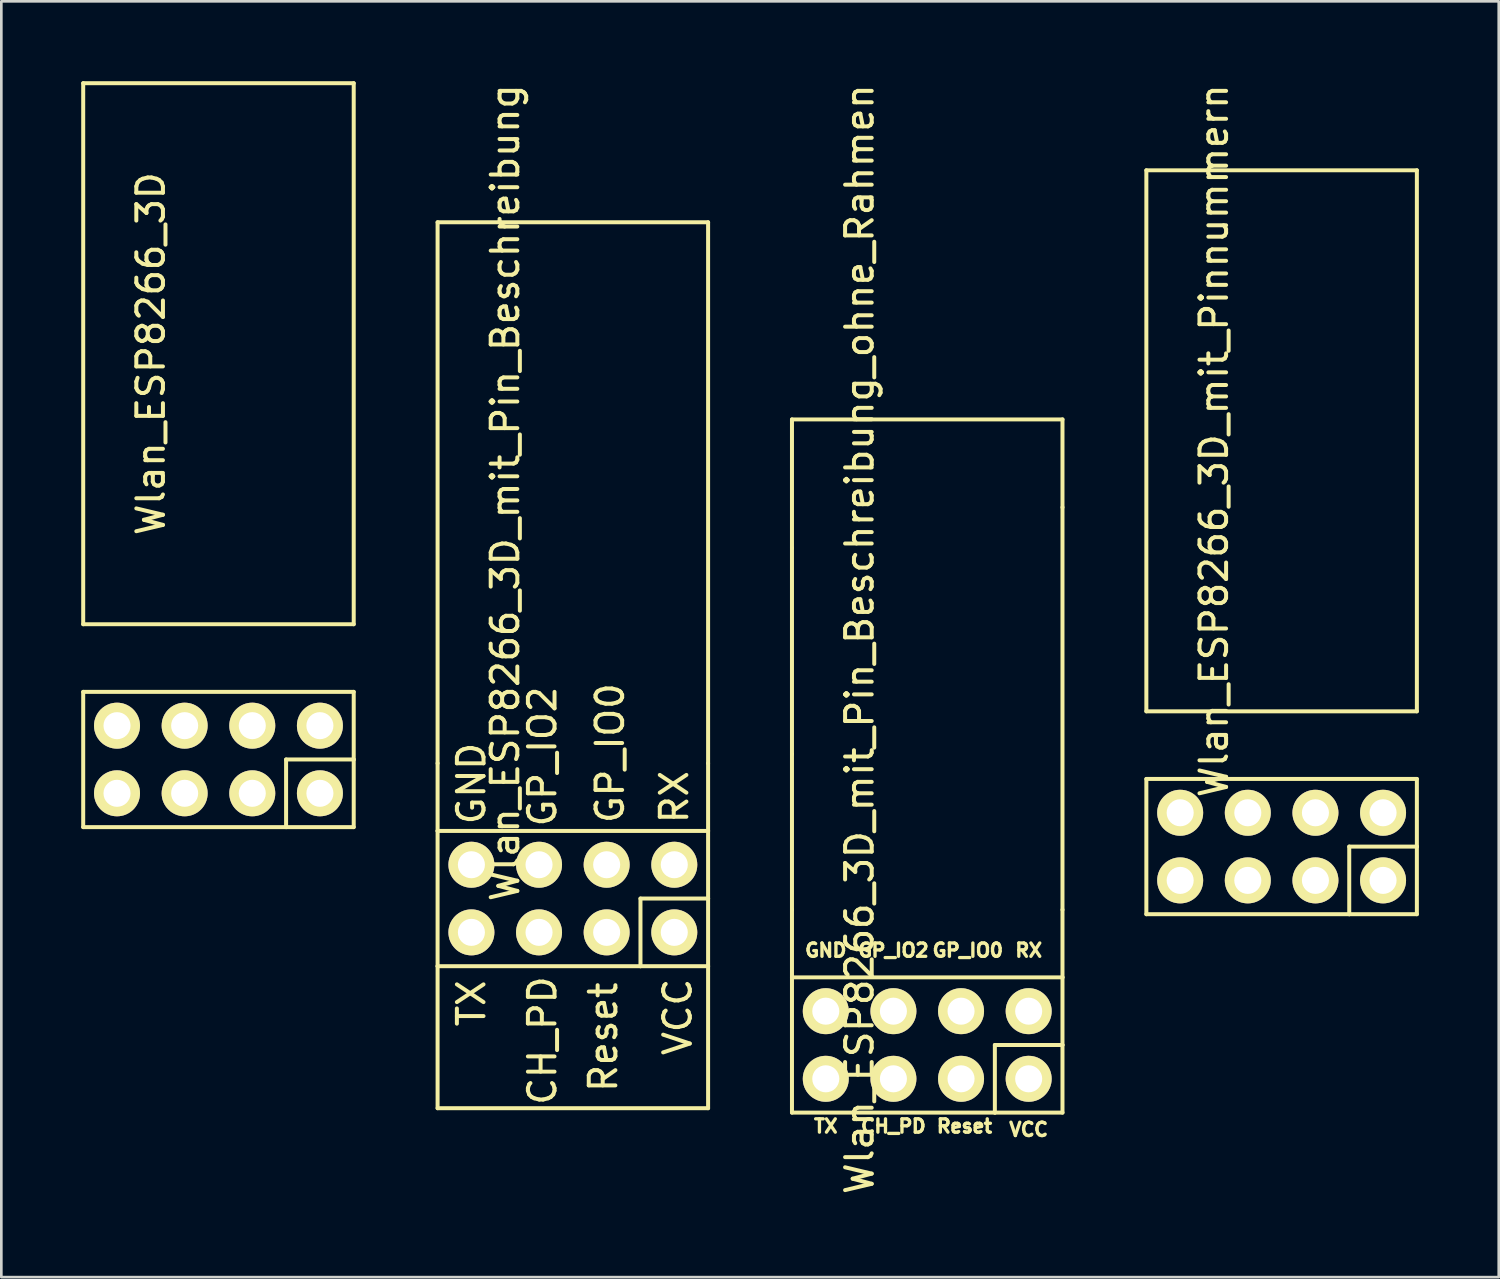
<source format=kicad_pcb>
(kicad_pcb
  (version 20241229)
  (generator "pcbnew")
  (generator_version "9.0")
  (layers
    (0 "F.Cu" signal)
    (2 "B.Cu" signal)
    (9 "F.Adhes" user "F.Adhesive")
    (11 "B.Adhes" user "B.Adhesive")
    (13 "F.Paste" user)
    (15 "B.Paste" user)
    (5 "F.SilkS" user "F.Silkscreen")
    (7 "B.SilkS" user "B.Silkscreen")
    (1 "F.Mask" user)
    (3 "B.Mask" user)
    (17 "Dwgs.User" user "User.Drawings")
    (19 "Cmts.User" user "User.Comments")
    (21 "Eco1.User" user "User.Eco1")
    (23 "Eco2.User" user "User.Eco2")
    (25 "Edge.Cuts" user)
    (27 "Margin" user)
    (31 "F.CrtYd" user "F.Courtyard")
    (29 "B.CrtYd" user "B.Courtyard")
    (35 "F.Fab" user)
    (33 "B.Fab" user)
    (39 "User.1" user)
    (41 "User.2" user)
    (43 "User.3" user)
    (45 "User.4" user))
  (footprint "Wlan_ESP8266_3D_mit_Pin_Beschreibung_ohne_Rahmen"
    (layer "F.Cu")
    (at 31.775 36.198)
    (property "Reference" "Wlan_ESP8266_3D_mit_Pin_Beschreibung_ohne_Rahmen" (at -2.54 -15.24 90) (layer "F.SilkS") (effects (font (size 1 1) (thickness 0.15))))
    (attr through_hole)
    (fp_line (start -5.08 -23.495) (end 5.08 -23.495) (stroke (width 0.15) (type solid)) (layer "F.SilkS"))
    (fp_line (start -5.08 -18.669) (end -5.08 -23.495) (stroke (width 0.15) (type solid)) (layer "F.SilkS"))
    (fp_line (start -5.08 -10.922) (end -5.08 -18.669) (stroke (width 0.15) (type solid)) (layer "F.SilkS"))
    (fp_line (start -5.08 -5.08) (end -5.08 -10.922) (stroke (width 0.15) (type solid)) (layer "F.SilkS"))
    (fp_line (start -5.08 -5.08) (end -5.08 -2.54) (stroke (width 0.15) (type solid)) (layer "F.SilkS"))
    (fp_line (start -5.08 -2.54) (end 5.08 -2.54) (stroke (width 0.15) (type solid)) (layer "F.SilkS"))
    (fp_line (start -5.08 2.54) (end -5.08 -2.54) (stroke (width 0.15) (type solid)) (layer "F.SilkS"))
    (fp_line (start 2.54 0) (end 2.54 2.54) (stroke (width 0.15) (type solid)) (layer "F.SilkS"))
    (fp_line (start 2.54 2.54) (end -5.08 2.54) (stroke (width 0.15) (type solid)) (layer "F.SilkS"))
    (fp_line (start 5.08 -20.193) (end 5.08 -23.495) (stroke (width 0.15) (type solid)) (layer "F.SilkS"))
    (fp_line (start 5.08 -5.08) (end 5.08 -20.193) (stroke (width 0.15) (type solid)) (layer "F.SilkS"))
    (fp_line (start 5.08 -5.08) (end 5.08 -2.54) (stroke (width 0.15) (type solid)) (layer "F.SilkS"))
    (fp_line (start 5.08 -2.54) (end 5.08 0) (stroke (width 0.15) (type solid)) (layer "F.SilkS"))
    (fp_line (start 5.08 0) (end 2.54 0) (stroke (width 0.15) (type solid)) (layer "F.SilkS"))
    (fp_line (start 5.08 2.54) (end 2.54 2.54) (stroke (width 0.15) (type solid)) (layer "F.SilkS"))
    (fp_line (start 5.08 2.54) (end 5.08 0) (stroke (width 0.15) (type solid)) (layer "F.SilkS"))
    (fp_text user "GP_IO2" (at -1.27 -3.556 180) (layer "F.SilkS") (effects (font (size 0.5 0.5) (thickness 0.125))))
    (fp_text user "Reset" (at 1.397 3.048 180) (layer "F.SilkS") (effects (font (size 0.5 0.5) (thickness 0.125))))
    (fp_text user "GND" (at -3.81 -3.556 180) (layer "F.SilkS") (effects (font (size 0.5 0.5) (thickness 0.125))))
    (fp_text user "VCC" (at 3.81 3.175 180) (layer "F.SilkS") (effects (font (size 0.5 0.5) (thickness 0.125))))
    (fp_text user "CH_PD" (at -1.27 3.048 180) (layer "F.SilkS") (effects (font (size 0.5 0.5) (thickness 0.125))))
    (fp_text user "RX" (at 3.81 -3.556 180) (layer "F.SilkS") (effects (font (size 0.5 0.5) (thickness 0.125))))
    (fp_text user "GP_IO0" (at 1.524 -3.556 180) (layer "F.SilkS") (effects (font (size 0.5 0.5) (thickness 0.125))))
    (fp_text user "TX" (at -3.81 3.048 180) (layer "F.SilkS") (effects (font (size 0.5 0.5) (thickness 0.125))))
    (pad "CH_P" thru_hole oval (at -1.27 1.27 180) (size 1.727 1.727) (drill 1.016) (layers "*.Cu" "*.Mask" "F.SilkS"))
    (pad "GND" thru_hole oval (at -3.81 -1.27 180) (size 1.727 1.727) (drill 1.016) (layers "*.Cu" "*.Mask" "F.SilkS"))
    (pad "GP_0" thru_hole oval (at 1.27 -1.27 180) (size 1.727 1.727) (drill 1.016) (layers "*.Cu" "*.Mask" "F.SilkS"))
    (pad "GP_2" thru_hole oval (at -1.27 -1.27 180) (size 1.727 1.727) (drill 1.016) (layers "*.Cu" "*.Mask" "F.SilkS"))
    (pad "RX" thru_hole oval (at 3.81 -1.27 180) (size 1.727 1.727) (drill 1.016) (layers "*.Cu" "*.Mask" "F.SilkS"))
    (pad "Rese" thru_hole oval (at 1.27 1.27 180) (size 1.727 1.727) (drill 1.016) (layers "*.Cu" "*.Mask" "F.SilkS"))
    (pad "TX" thru_hole oval (at -3.81 1.27 180) (size 1.727 1.727) (drill 1.016) (layers "*.Cu" "*.Mask" "F.SilkS"))
    (pad "VCC" thru_hole circle (at 3.81 1.27 180) (size 1.727 1.727) (drill 1.016) (layers "*.Cu" "*.Mask" "F.SilkS")))
  (footprint "Wlan_ESP8266_3D_mit_Pin_Beschreibung"
    (layer "F.Cu")
    (at 18.465 30.698)
    (property "Reference" "Wlan_ESP8266_3D_mit_Pin_Beschreibung" (at -2.54 -15.24 90) (layer "F.SilkS") (effects (font (size 1 1) (thickness 0.15))))
    (attr through_hole)
    (fp_line (start -5.08 -25.4) (end 5.08 -25.4) (stroke (width 0.15) (type solid)) (layer "F.SilkS"))
    (fp_line (start -5.08 -5.08) (end -5.08 -25.4) (stroke (width 0.15) (type solid)) (layer "F.SilkS"))
    (fp_line (start -5.08 -5.08) (end -5.08 -2.54) (stroke (width 0.15) (type solid)) (layer "F.SilkS"))
    (fp_line (start -5.08 -2.54) (end 5.08 -2.54) (stroke (width 0.15) (type solid)) (layer "F.SilkS"))
    (fp_line (start -5.08 2.54) (end -5.08 -2.54) (stroke (width 0.15) (type solid)) (layer "F.SilkS"))
    (fp_line (start -5.08 2.54) (end -5.08 7.874) (stroke (width 0.15) (type solid)) (layer "F.SilkS"))
    (fp_line (start -5.08 7.874) (end 5.08 7.874) (stroke (width 0.15) (type solid)) (layer "F.SilkS"))
    (fp_line (start 2.54 0) (end 2.54 2.54) (stroke (width 0.15) (type solid)) (layer "F.SilkS"))
    (fp_line (start 2.54 2.54) (end -5.08 2.54) (stroke (width 0.15) (type solid)) (layer "F.SilkS"))
    (fp_line (start 5.08 -25.4) (end 5.08 -5.08) (stroke (width 0.15) (type solid)) (layer "F.SilkS"))
    (fp_line (start 5.08 -5.08) (end 5.08 -2.54) (stroke (width 0.15) (type solid)) (layer "F.SilkS"))
    (fp_line (start 5.08 -2.54) (end 5.08 0) (stroke (width 0.15) (type solid)) (layer "F.SilkS"))
    (fp_line (start 5.08 0) (end 2.54 0) (stroke (width 0.15) (type solid)) (layer "F.SilkS"))
    (fp_line (start 5.08 2.54) (end 2.54 2.54) (stroke (width 0.15) (type solid)) (layer "F.SilkS"))
    (fp_line (start 5.08 2.54) (end 5.08 0) (stroke (width 0.15) (type solid)) (layer "F.SilkS"))
    (fp_line (start 5.08 7.874) (end 5.08 2.54) (stroke (width 0.15) (type solid)) (layer "F.SilkS"))
    (fp_text user "CH_PD" (at -1.143 5.334 90) (layer "F.SilkS") (effects (font (size 1 1) (thickness 0.15))))
    (fp_text user "GND" (at -3.81 -4.318 90) (layer "F.SilkS") (effects (font (size 1 1) (thickness 0.15))))
    (fp_text user "VCC" (at 3.937 4.445 90) (layer "F.SilkS") (effects (font (size 1 1) (thickness 0.15))))
    (fp_text user "RX" (at 3.81 -3.81 90) (layer "F.SilkS") (effects (font (size 1 1) (thickness 0.15))))
    (fp_text user "GP_IO2" (at -1.143 -5.334 90) (layer "F.SilkS") (effects (font (size 1 1) (thickness 0.15))))
    (fp_text user "Reset" (at 1.143 5.207 90) (layer "F.SilkS") (effects (font (size 1 1) (thickness 0.15))))
    (fp_text user "TX" (at -3.81 3.937 270) (layer "F.SilkS") (effects (font (size 1 1) (thickness 0.15))))
    (fp_text user "GP_IO0" (at 1.397 -5.461 90) (layer "F.SilkS") (effects (font (size 1 1) (thickness 0.15))))
    (pad "CH_P" thru_hole oval (at -1.27 1.27 180) (size 1.727 1.727) (drill 1.016) (layers "*.Cu" "*.Mask" "F.SilkS"))
    (pad "GND" thru_hole oval (at -3.81 -1.27 180) (size 1.727 1.727) (drill 1.016) (layers "*.Cu" "*.Mask" "F.SilkS"))
    (pad "GP_0" thru_hole oval (at 1.27 -1.27 180) (size 1.727 1.727) (drill 1.016) (layers "*.Cu" "*.Mask" "F.SilkS"))
    (pad "GP_2" thru_hole oval (at -1.27 -1.27 180) (size 1.727 1.727) (drill 1.016) (layers "*.Cu" "*.Mask" "F.SilkS"))
    (pad "RX" thru_hole oval (at 3.81 -1.27 180) (size 1.727 1.727) (drill 1.016) (layers "*.Cu" "*.Mask" "F.SilkS"))
    (pad "Rese" thru_hole oval (at 1.27 1.27 180) (size 1.727 1.727) (drill 1.016) (layers "*.Cu" "*.Mask" "F.SilkS"))
    (pad "TX" thru_hole oval (at -3.81 1.27 180) (size 1.727 1.727) (drill 1.016) (layers "*.Cu" "*.Mask" "F.SilkS"))
    (pad "VCC" thru_hole circle (at 3.81 1.27 180) (size 1.727 1.727) (drill 1.016) (layers "*.Cu" "*.Mask" "F.SilkS")))
  (footprint "Wlan_ESP8266_3D_mit_Pinnummern"
    (layer "F.Cu")
    (at 45.085 28.746)
    (property "Reference" "Wlan_ESP8266_3D_mit_Pinnummern" (at -2.54 -15.24 90) (layer "F.SilkS") (effects (font (size 1 1) (thickness 0.15))))
    (attr through_hole)
    (fp_line (start -5.08 -25.4) (end 5.08 -25.4) (stroke (width 0.15) (type solid)) (layer "F.SilkS"))
    (fp_line (start -5.08 -5.08) (end -5.08 -25.4) (stroke (width 0.15) (type solid)) (layer "F.SilkS"))
    (fp_line (start -5.08 -2.54) (end 5.08 -2.54) (stroke (width 0.15) (type solid)) (layer "F.SilkS"))
    (fp_line (start -5.08 2.54) (end -5.08 -2.54) (stroke (width 0.15) (type solid)) (layer "F.SilkS"))
    (fp_line (start 2.54 0) (end 2.54 2.54) (stroke (width 0.15) (type solid)) (layer "F.SilkS"))
    (fp_line (start 2.54 2.54) (end -5.08 2.54) (stroke (width 0.15) (type solid)) (layer "F.SilkS"))
    (fp_line (start 5.08 -25.4) (end 5.08 -5.08) (stroke (width 0.15) (type solid)) (layer "F.SilkS"))
    (fp_line (start 5.08 -5.08) (end -5.08 -5.08) (stroke (width 0.15) (type solid)) (layer "F.SilkS"))
    (fp_line (start 5.08 -2.54) (end 5.08 0) (stroke (width 0.15) (type solid)) (layer "F.SilkS"))
    (fp_line (start 5.08 0) (end 2.54 0) (stroke (width 0.15) (type solid)) (layer "F.SilkS"))
    (fp_line (start 5.08 2.54) (end 2.54 2.54) (stroke (width 0.15) (type solid)) (layer "F.SilkS"))
    (fp_line (start 5.08 2.54) (end 5.08 0) (stroke (width 0.15) (type solid)) (layer "F.SilkS"))
    (pad "1" thru_hole oval (at -3.81 1.27 180) (size 1.727 1.727) (drill 1.016) (layers "*.Cu" "*.Mask" "F.SilkS"))
    (pad "2" thru_hole oval (at -1.27 1.27 180) (size 1.727 1.727) (drill 1.016) (layers "*.Cu" "*.Mask" "F.SilkS"))
    (pad "3" thru_hole oval (at 1.27 1.27 180) (size 1.727 1.727) (drill 1.016) (layers "*.Cu" "*.Mask" "F.SilkS"))
    (pad "4" thru_hole circle (at 3.81 1.27 180) (size 1.727 1.727) (drill 1.016) (layers "*.Cu" "*.Mask" "F.SilkS"))
    (pad "5" thru_hole oval (at -3.81 -1.27 180) (size 1.727 1.727) (drill 1.016) (layers "*.Cu" "*.Mask" "F.SilkS"))
    (pad "6" thru_hole oval (at -1.27 -1.27 180) (size 1.727 1.727) (drill 1.016) (layers "*.Cu" "*.Mask" "F.SilkS"))
    (pad "7" thru_hole oval (at 1.27 -1.27 180) (size 1.727 1.727) (drill 1.016) (layers "*.Cu" "*.Mask" "F.SilkS"))
    (pad "8" thru_hole oval (at 3.81 -1.27 180) (size 1.727 1.727) (drill 1.016) (layers "*.Cu" "*.Mask" "F.SilkS")))
  (footprint "Wlan_ESP8266_3D"
    (layer "F.Cu")
    (at 5.155 25.475)
    (property "Reference" "Wlan_ESP8266_3D" (at -2.54 -15.24 90) (layer "F.SilkS") (effects (font (size 1 1) (thickness 0.15))))
    (attr through_hole)
    (fp_line (start -5.08 -25.4) (end 5.08 -25.4) (stroke (width 0.15) (type solid)) (layer "F.SilkS"))
    (fp_line (start -5.08 -5.08) (end -5.08 -25.4) (stroke (width 0.15) (type solid)) (layer "F.SilkS"))
    (fp_line (start -5.08 -2.54) (end 5.08 -2.54) (stroke (width 0.15) (type solid)) (layer "F.SilkS"))
    (fp_line (start -5.08 2.54) (end -5.08 -2.54) (stroke (width 0.15) (type solid)) (layer "F.SilkS"))
    (fp_line (start 2.54 0) (end 2.54 2.54) (stroke (width 0.15) (type solid)) (layer "F.SilkS"))
    (fp_line (start 2.54 2.54) (end -5.08 2.54) (stroke (width 0.15) (type solid)) (layer "F.SilkS"))
    (fp_line (start 5.08 -25.4) (end 5.08 -5.08) (stroke (width 0.15) (type solid)) (layer "F.SilkS"))
    (fp_line (start 5.08 -5.08) (end -5.08 -5.08) (stroke (width 0.15) (type solid)) (layer "F.SilkS"))
    (fp_line (start 5.08 -2.54) (end 5.08 0) (stroke (width 0.15) (type solid)) (layer "F.SilkS"))
    (fp_line (start 5.08 0) (end 2.54 0) (stroke (width 0.15) (type solid)) (layer "F.SilkS"))
    (fp_line (start 5.08 2.54) (end 2.54 2.54) (stroke (width 0.15) (type solid)) (layer "F.SilkS"))
    (fp_line (start 5.08 2.54) (end 5.08 0) (stroke (width 0.15) (type solid)) (layer "F.SilkS"))
    (pad "1" thru_hole oval (at -3.81 1.27 180) (size 1.727 1.727) (drill 1.016) (layers "*.Cu" "*.Mask" "F.SilkS"))
    (pad "2" thru_hole oval (at -1.27 1.27 180) (size 1.727 1.727) (drill 1.016) (layers "*.Cu" "*.Mask" "F.SilkS"))
    (pad "3" thru_hole oval (at 1.27 1.27 180) (size 1.727 1.727) (drill 1.016) (layers "*.Cu" "*.Mask" "F.SilkS"))
    (pad "4" thru_hole circle (at 3.81 1.27 180) (size 1.727 1.727) (drill 1.016) (layers "*.Cu" "*.Mask" "F.SilkS"))
    (pad "5" thru_hole oval (at -3.81 -1.27 180) (size 1.727 1.727) (drill 1.016) (layers "*.Cu" "*.Mask" "F.SilkS"))
    (pad "6" thru_hole oval (at -1.27 -1.27 180) (size 1.727 1.727) (drill 1.016) (layers "*.Cu" "*.Mask" "F.SilkS"))
    (pad "7" thru_hole oval (at 1.27 -1.27 180) (size 1.727 1.727) (drill 1.016) (layers "*.Cu" "*.Mask" "F.SilkS"))
    (pad "8" thru_hole oval (at 3.81 -1.27 180) (size 1.727 1.727) (drill 1.016) (layers "*.Cu" "*.Mask" "F.SilkS")))
  (gr_rect
    (start -3 -3)
    (end 53.24 44.917)
    (stroke (width 0.1) (type default))
    (fill no)
    (layer "Edge.Cuts")))
</source>
